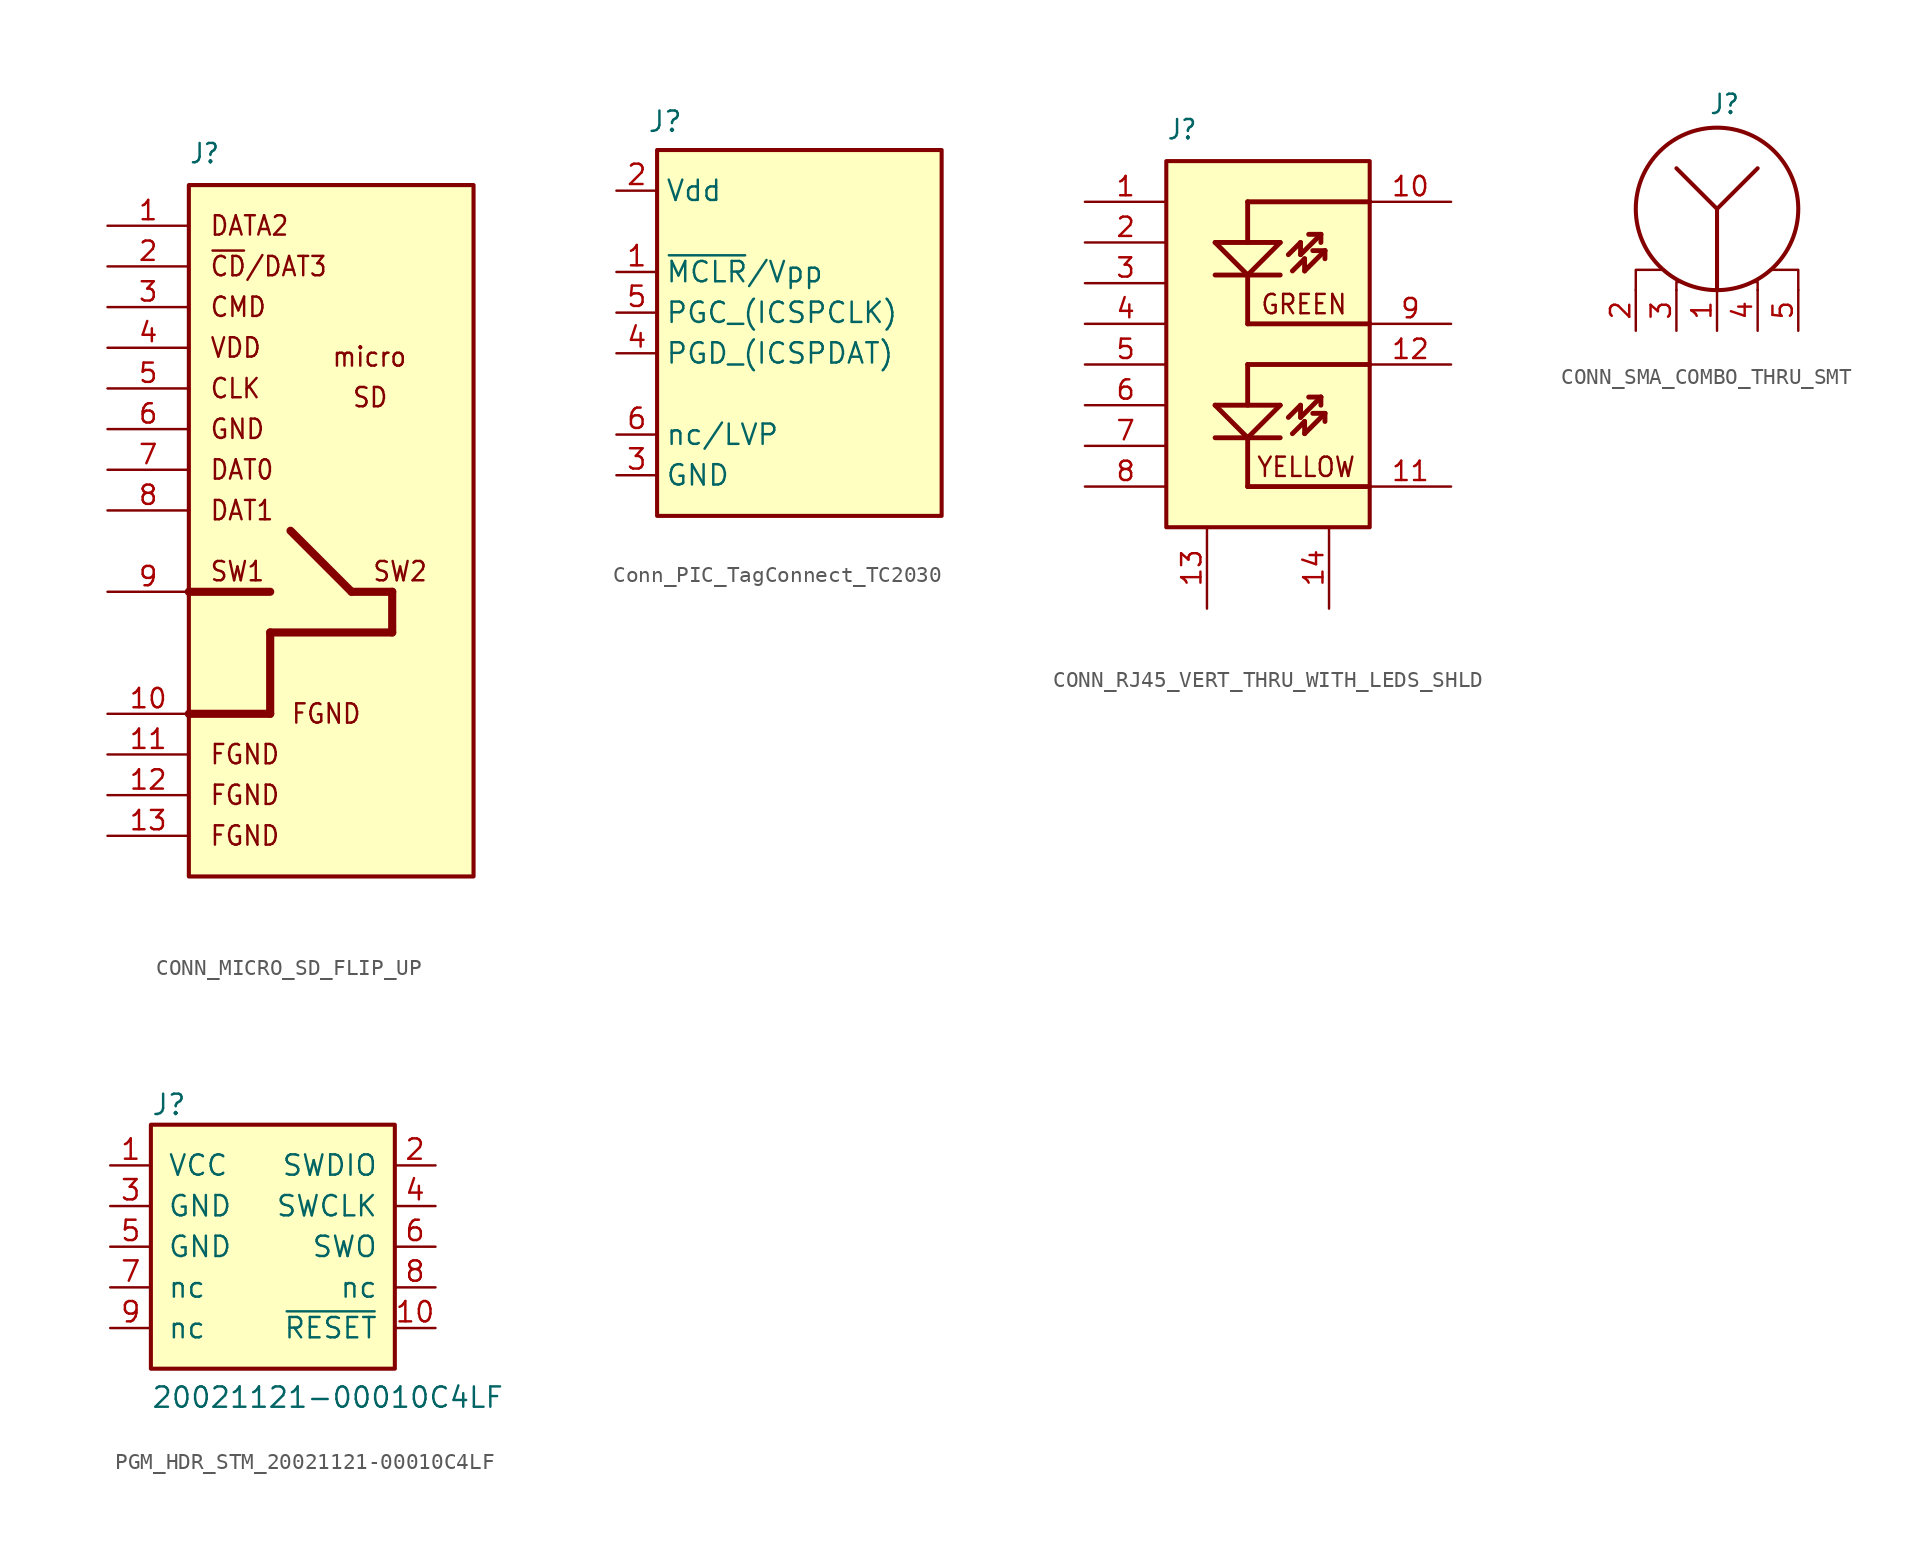
<source format=kicad_sym>
(kicad_symbol_lib
  (version 20231120)
  (generator "kicad_symbol_editor")
  (generator_version "8.0")
  (symbol "CONN_MICRO_SD_FLIP_UP"
    (property "Reference" "J"
      (at 5.08 41.91 0)
      (effects (font (size 1.206 1.092) (thickness 0.152)) (justify left bottom)))
    (symbol "CONN_MICRO_SD_FLIP_UP_1_0"
      (polyline (pts (xy 5.08 15.24) (xy 10.16 15.24)) (stroke (width 0.508) (type solid)) (fill (type none)))
      (polyline (pts (xy 10.16 7.62) (xy 5.08 7.62)) (stroke (width 0.508) (type solid)) (fill (type none)))
      (polyline (pts (xy 10.16 12.7) (xy 10.16 7.62)) (stroke (width 0.508) (type solid)) (fill (type none)))
      (polyline (pts (xy 10.16 12.7) (xy 17.78 12.7)) (stroke (width 0.508) (type solid)) (fill (type none)))
      (polyline (pts (xy 15.24 15.24) (xy 11.43 19.05)) (stroke (width 0.508) (type solid)) (fill (type none)))
      (polyline (pts (xy 17.78 12.7) (xy 17.78 15.24)) (stroke (width 0.508) (type solid)) (fill (type none)))
      (polyline (pts (xy 17.78 15.24) (xy 15.24 15.24)) (stroke (width 0.508) (type solid)) (fill (type none)))
      (polyline (pts (xy 5.08 -2.54) (xy 22.86 -2.54) (xy 22.86 40.64) (xy 5.08 40.64) (xy 5.08 -2.54)) (stroke (width 0.256) (type solid)) (fill (type background)))
      (text "CLK" (at 6.35 27.94 0) (effects (font (size 1.206 1.092) (thickness 0.152)) (justify left)))
      (text "CMD" (at 6.35 33.02 0) (effects (font (size 1.206 1.092) (thickness 0.152)) (justify left)))
      (text "DAT0" (at 6.35 22.86 0) (effects (font (size 1.206 1.092) (thickness 0.152)) (justify left)))
      (text "DAT1" (at 6.35 20.32 0) (effects (font (size 1.206 1.092) (thickness 0.152)) (justify left)))
      (text "DATA2" (at 6.35 38.1 0) (effects (font (size 1.206 1.092) (thickness 0.152)) (justify left)))
      (text "FGND" (at 6.35 0 0) (effects (font (size 1.206 1.092) (thickness 0.152)) (justify left)))
      (text "FGND" (at 6.35 2.54 0) (effects (font (size 1.206 1.092) (thickness 0.152)) (justify left)))
      (text "FGND" (at 6.35 5.08 0) (effects (font (size 1.206 1.092) (thickness 0.152)) (justify left)))
      (text "FGND" (at 11.43 7.62 0) (effects (font (size 1.206 1.092) (thickness 0.152)) (justify left)))
      (text "GND" (at 6.35 25.4 0) (effects (font (size 1.206 1.092) (thickness 0.152)) (justify left)))
      (text "micro" (at 13.97 29.21 0) (effects (font (size 1.206 1.092) (thickness 0.152)) (justify left bottom)))
      (text "SD" (at 15.24 26.67 0) (effects (font (size 1.206 1.092) (thickness 0.152)) (justify left bottom)))
      (text "SW1" (at 6.35 16.51 0) (effects (font (size 1.206 1.092) (thickness 0.152)) (justify left)))
      (text "SW2" (at 16.51 16.51 0) (effects (font (size 1.206 1.092) (thickness 0.152)) (justify left)))
      (text "VDD" (at 6.35 30.48 0) (effects (font (size 1.206 1.092) (thickness 0.152)) (justify left)))
      (text "~{CD}/DAT3" (at 6.35 35.56 0) (effects (font (size 1.206 1.092) (thickness 0.152)) (justify left)))
      (pin passive line (at 0 38.1 0) (length 5.08) (name "" (effects (font (size 1.206 1.206)))) (number "1" (effects (font (size 1.206 1.206)))))
      (pin passive line (at 0 7.62 0) (length 5.08) (name "" (effects (font (size 1.206 1.206)))) (number "10" (effects (font (size 1.206 1.206)))))
      (pin passive line (at 0 5.08 0) (length 5.08) (name "" (effects (font (size 1.206 1.206)))) (number "11" (effects (font (size 1.206 1.206)))))
      (pin passive line (at 0 2.54 0) (length 5.08) (name "" (effects (font (size 1.206 1.206)))) (number "12" (effects (font (size 1.206 1.206)))))
      (pin passive line (at 0 0 0) (length 5.08) (name "" (effects (font (size 1.206 1.206)))) (number "13" (effects (font (size 1.206 1.206)))))
      (pin passive line (at 0 35.56 0) (length 5.08) (name "" (effects (font (size 1.206 1.206)))) (number "2" (effects (font (size 1.206 1.206)))))
      (pin passive line (at 0 33.02 0) (length 5.08) (name "" (effects (font (size 1.206 1.206)))) (number "3" (effects (font (size 1.206 1.206)))))
      (pin passive line (at 0 30.48 0) (length 5.08) (name "" (effects (font (size 1.206 1.206)))) (number "4" (effects (font (size 1.206 1.206)))))
      (pin passive line (at 0 27.94 0) (length 5.08) (name "" (effects (font (size 1.206 1.206)))) (number "5" (effects (font (size 1.206 1.206)))))
      (pin passive line (at 0 25.4 0) (length 5.08) (name "" (effects (font (size 1.206 1.206)))) (number "6" (effects (font (size 1.206 1.206)))))
      (pin passive line (at 0 22.86 0) (length 5.08) (name "" (effects (font (size 1.206 1.206)))) (number "7" (effects (font (size 1.206 1.206)))))
      (pin passive line (at 0 20.32 0) (length 5.08) (name "" (effects (font (size 1.206 1.206)))) (number "8" (effects (font (size 1.206 1.206)))))
      (pin passive line (at 0 15.24 0) (length 5.08) (name "" (effects (font (size 1.206 1.206)))) (number "9" (effects (font (size 1.206 1.206)))))))
  (symbol "Conn_PIC_TagConnect_TC2030"
    (property "Reference" "J"
      (at 3.048 22.098 0)
      (effects (font (size 1.27 1.27))))
    (property "Value" ""
      (at 5.08 8.89 0)
      (effects (font (size 1.27 1.27))))
    (symbol "Conn_PIC_TagConnect_TC2030_0_0"
      (pin passive line (at 0 12.7 0) (length 2.54) (name "~{MCLR}/Vpp" (effects (font (size 1.27 1.27)))) (number "1" (effects (font (size 1.27 1.27)))))
      (pin power_in line (at 0 17.78 0) (length 2.54) (name "Vdd" (effects (font (size 1.27 1.27)))) (number "2" (effects (font (size 1.27 1.27)))) (alternate "TMS" bidirectional line))
      (pin power_in line (at 0 0 0) (length 2.54) (name "GND" (effects (font (size 1.27 1.27)))) (number "3" (effects (font (size 1.27 1.27)))))
      (pin passive line (at 0 7.62 0) (length 2.54) (name "PGD_(ICSPDAT)" (effects (font (size 1.27 1.27)))) (number "4" (effects (font (size 1.27 1.27)))) (alternate "TCK" output line))
      (pin passive line (at 0 10.16 0) (length 2.54) (name "PGC_(ICSPCLK)" (effects (font (size 1.27 1.27)))) (number "5" (effects (font (size 1.27 1.27)))))
      (pin passive line (at 0 2.54 0) (length 2.54) (name "nc/LVP" (effects (font (size 1.27 1.27)))) (number "6" (effects (font (size 1.27 1.27)))) (alternate "TDO" input line)))
    (symbol "Conn_PIC_TagConnect_TC2030_1_1"
      (text_box "" (at 2.54 20.32 0) (size 17.78 -22.86) (stroke (width 0.254) (type default)) (fill (type background)) (effects (font (size 1.27 1.27)) (justify left top)))))
  (symbol "CONN_RJ45_VERT_THRU_WITH_LEDS_SHLD"
    (property "Reference" "J"
      (at 5.08 21.59 0)
      (effects (font (size 1.206 1.092) (thickness 0.152)) (justify left bottom)))
    (symbol "CONN_RJ45_VERT_THRU_WITH_LEDS_SHLD_0_1"
      (rectangle (start 5.08 20.32) (end 17.78 -2.54) (stroke (width 0.254) (type default)) (fill (type background))))
    (symbol "CONN_RJ45_VERT_THRU_WITH_LEDS_SHLD_1_0"
      (polyline (pts (xy 8.128 3.048) (xy 12.192 3.048)) (stroke (width 0.305) (type solid)) (fill (type none)))
      (polyline (pts (xy 8.128 5.08) (xy 10.16 3.048)) (stroke (width 0.305) (type solid)) (fill (type none)))
      (polyline (pts (xy 8.128 13.208) (xy 12.192 13.208)) (stroke (width 0.305) (type solid)) (fill (type none)))
      (polyline (pts (xy 8.128 15.24) (xy 10.16 13.208)) (stroke (width 0.305) (type solid)) (fill (type none)))
      (polyline (pts (xy 10.16 0) (xy 17.78 0)) (stroke (width 0.305) (type solid)) (fill (type none)))
      (polyline (pts (xy 10.16 3.048) (xy 10.16 0)) (stroke (width 0.305) (type solid)) (fill (type none)))
      (polyline (pts (xy 10.16 3.048) (xy 12.192 5.08)) (stroke (width 0.305) (type solid)) (fill (type none)))
      (polyline (pts (xy 10.16 7.62) (xy 10.16 5.08)) (stroke (width 0.305) (type solid)) (fill (type none)))
      (polyline (pts (xy 10.16 10.16) (xy 17.78 10.16)) (stroke (width 0.305) (type solid)) (fill (type none)))
      (polyline (pts (xy 10.16 13.208) (xy 10.16 10.16)) (stroke (width 0.305) (type solid)) (fill (type none)))
      (polyline (pts (xy 10.16 13.208) (xy 12.192 15.24)) (stroke (width 0.305) (type solid)) (fill (type none)))
      (polyline (pts (xy 10.16 17.78) (xy 10.16 15.24)) (stroke (width 0.305) (type solid)) (fill (type none)))
      (polyline (pts (xy 12.192 5.08) (xy 8.128 5.08)) (stroke (width 0.305) (type solid)) (fill (type none)))
      (polyline (pts (xy 12.192 15.24) (xy 8.128 15.24)) (stroke (width 0.305) (type solid)) (fill (type none)))
      (polyline (pts (xy 12.7 4.318) (xy 13.462 5.08)) (stroke (width 0.305) (type solid)) (fill (type none)))
      (polyline (pts (xy 12.7 14.478) (xy 13.462 15.24)) (stroke (width 0.305) (type solid)) (fill (type none)))
      (polyline (pts (xy 12.954 3.302) (xy 13.716 4.064)) (stroke (width 0.305) (type solid)) (fill (type none)))
      (polyline (pts (xy 12.954 13.462) (xy 13.716 14.224)) (stroke (width 0.305) (type solid)) (fill (type none)))
      (polyline (pts (xy 13.462 4.318) (xy 14.732 5.588)) (stroke (width 0.305) (type solid)) (fill (type none)))
      (polyline (pts (xy 13.462 5.08) (xy 13.462 4.318)) (stroke (width 0.305) (type solid)) (fill (type none)))
      (polyline (pts (xy 13.462 14.478) (xy 14.732 15.748)) (stroke (width 0.305) (type solid)) (fill (type none)))
      (polyline (pts (xy 13.462 15.24) (xy 13.462 14.478)) (stroke (width 0.305) (type solid)) (fill (type none)))
      (polyline (pts (xy 13.716 3.302) (xy 14.986 4.572)) (stroke (width 0.305) (type solid)) (fill (type none)))
      (polyline (pts (xy 13.716 4.064) (xy 13.716 3.302)) (stroke (width 0.305) (type solid)) (fill (type none)))
      (polyline (pts (xy 13.716 13.462) (xy 14.986 14.732)) (stroke (width 0.305) (type solid)) (fill (type none)))
      (polyline (pts (xy 13.716 14.224) (xy 13.716 13.462)) (stroke (width 0.305) (type solid)) (fill (type none)))
      (polyline (pts (xy 14.732 5.588) (xy 13.97 5.588)) (stroke (width 0.305) (type solid)) (fill (type none)))
      (polyline (pts (xy 14.732 5.588) (xy 14.732 5.08)) (stroke (width 0.305) (type solid)) (fill (type none)))
      (polyline (pts (xy 14.732 15.748) (xy 13.97 15.748)) (stroke (width 0.305) (type solid)) (fill (type none)))
      (polyline (pts (xy 14.732 15.748) (xy 14.732 15.24)) (stroke (width 0.305) (type solid)) (fill (type none)))
      (polyline (pts (xy 14.986 4.572) (xy 14.224 4.572)) (stroke (width 0.305) (type solid)) (fill (type none)))
      (polyline (pts (xy 14.986 4.572) (xy 14.986 4.064)) (stroke (width 0.305) (type solid)) (fill (type none)))
      (polyline (pts (xy 14.986 14.732) (xy 14.224 14.732)) (stroke (width 0.305) (type solid)) (fill (type none)))
      (polyline (pts (xy 14.986 14.732) (xy 14.986 14.224)) (stroke (width 0.305) (type solid)) (fill (type none)))
      (polyline (pts (xy 17.78 7.62) (xy 10.16 7.62)) (stroke (width 0.305) (type solid)) (fill (type none)))
      (polyline (pts (xy 17.78 17.78) (xy 10.16 17.78)) (stroke (width 0.305) (type solid)) (fill (type none)))
      (text "GREEN" (at 10.922 10.668 0) (effects (font (size 1.206 1.092) (thickness 0.152)) (justify left bottom)))
      (text "YELLOW" (at 10.668 0.508 0) (effects (font (size 1.206 1.092) (thickness 0.152)) (justify left bottom)))
      (pin passive line (at 0 17.78 0) (length 5.08) (name "" (effects (font (size 1.206 1.206)))) (number "1" (effects (font (size 1.206 1.206)))))
      (pin passive line (at 22.86 17.78 180) (length 5.08) (name "" (effects (font (size 1.206 1.206)))) (number "10" (effects (font (size 1.206 1.206)))))
      (pin passive line (at 22.86 0 180) (length 5.08) (name "" (effects (font (size 1.206 1.206)))) (number "11" (effects (font (size 1.206 1.206)))))
      (pin passive line (at 22.86 7.62 180) (length 5.08) (name "" (effects (font (size 1.206 1.206)))) (number "12" (effects (font (size 1.206 1.206)))))
      (pin passive line (at 7.62 -7.62 90) (length 5.08) (name "" (effects (font (size 1.206 1.206)))) (number "13" (effects (font (size 1.206 1.206)))))
      (pin passive line (at 15.24 -7.62 90) (length 5.08) (name "" (effects (font (size 1.206 1.206)))) (number "14" (effects (font (size 1.206 1.206)))))
      (pin passive line (at 0 15.24 0) (length 5.08) (name "" (effects (font (size 1.206 1.206)))) (number "2" (effects (font (size 1.206 1.206)))))
      (pin passive line (at 0 12.7 0) (length 5.08) (name "" (effects (font (size 1.206 1.206)))) (number "3" (effects (font (size 1.206 1.206)))))
      (pin passive line (at 0 10.16 0) (length 5.08) (name "" (effects (font (size 1.206 1.206)))) (number "4" (effects (font (size 1.206 1.206)))))
      (pin passive line (at 0 7.62 0) (length 5.08) (name "" (effects (font (size 1.206 1.206)))) (number "5" (effects (font (size 1.206 1.206)))))
      (pin passive line (at 0 5.08 0) (length 5.08) (name "" (effects (font (size 1.206 1.206)))) (number "6" (effects (font (size 1.206 1.206)))))
      (pin passive line (at 0 2.54 0) (length 5.08) (name "" (effects (font (size 1.206 1.206)))) (number "7" (effects (font (size 1.206 1.206)))))
      (pin passive line (at 0 0 0) (length 5.08) (name "" (effects (font (size 1.206 1.206)))) (number "8" (effects (font (size 1.206 1.206)))))
      (pin passive line (at 22.86 10.16 180) (length 5.08) (name "" (effects (font (size 1.206 1.206)))) (number "9" (effects (font (size 1.206 1.206)))))))
  (symbol "CONN_SMA_COMBO_THRU_SMT"
    (property "Reference" "J"
      (at 4.572 13.462 0)
      (effects (font (size 1.206 1.092) (thickness 0.152)) (justify left bottom)))
    (symbol "CONN_SMA_COMBO_THRU_SMT_0_1"
      (polyline (pts (xy 5.08 7.62) (xy 5.08 2.54)) (stroke (width 0.254) (type default)) (fill (type none)))
      (polyline (pts (xy 0 2.54) (xy 0 3.81) (xy 1.778 3.81)) (stroke (width 0) (type default)) (fill (type none)))
      (polyline (pts (xy 2.54 2.54) (xy 2.54 3.048) (xy 2.794 3.048)) (stroke (width 0) (type default)) (fill (type none)))
      (polyline (pts (xy 7.62 2.54) (xy 7.62 3.048) (xy 7.366 3.048)) (stroke (width 0) (type default)) (fill (type none)))
      (polyline (pts (xy 10.16 2.54) (xy 10.16 3.81) (xy 8.382 3.81)) (stroke (width 0) (type default)) (fill (type none)))
      (circle (center 5.08 7.62) (radius 5.08) (stroke (width 0.254) (type default)) (fill (type none))))
    (symbol "CONN_SMA_COMBO_THRU_SMT_1_0"
      (polyline (pts (xy 2.54 10.16) (xy 5.08 7.62)) (stroke (width 0.254) (type solid)) (fill (type none)))
      (polyline (pts (xy 5.08 7.62) (xy 7.62 10.16)) (stroke (width 0.254) (type solid)) (fill (type none)))
      (pin passive line (at 5.08 0 90) (length 2.56) (name "" (effects (font (size 1.206 1.206)))) (number "1" (effects (font (size 1.206 1.206)))))
      (pin passive line (at 0 0 90) (length 2.56) (name "" (effects (font (size 1.206 1.206)))) (number "2" (effects (font (size 1.206 1.206)))))
      (pin passive line (at 2.54 0 90) (length 2.56) (name "" (effects (font (size 1.206 1.206)))) (number "3" (effects (font (size 1.206 1.206)))))
      (pin passive line (at 7.62 0 90) (length 2.56) (name "" (effects (font (size 1.206 1.206)))) (number "4" (effects (font (size 1.206 1.206)))))
      (pin passive line (at 10.16 0 90) (length 2.56) (name "" (effects (font (size 1.206 1.206)))) (number "5" (effects (font (size 1.206 1.206)))))))
  (symbol "PGM_HDR_STM_20021121-00010C4LF"
    (pin_names
      (offset 1.016))
    (property "Reference" "J"
      (at 2.54 13.208 0)
      (effects (font (size 1.27 1.27)) (justify left bottom)))
    (property "Value" "20021121-00010C4LF"
      (at 2.54 -5.08 0)
      (effects (font (size 1.27 1.27)) (justify left bottom)))
    (symbol "PGM_HDR_STM_20021121-00010C4LF_0_0"
      (rectangle (start 2.54 12.7) (end 17.78 -2.54) (stroke (width 0.254) (type default)) (fill (type background))))
    (symbol "PGM_HDR_STM_20021121-00010C4LF_1_0"
      (pin passive line (at 0 10.16 0) (length 2.56) (name "VCC" (effects (font (size 1.27 1.27)))) (number "1" (effects (font (size 1.27 1.27)))))
      (pin passive line (at 20.32 0 180) (length 2.56) (name "~{RESET}" (effects (font (size 1.27 1.27)))) (number "10" (effects (font (size 1.27 1.27)))))
      (pin passive line (at 20.32 10.16 180) (length 2.56) (name "SWDIO" (effects (font (size 1.27 1.27)))) (number "2" (effects (font (size 1.27 1.27)))))
      (pin passive line (at 0 7.62 0) (length 2.56) (name "GND" (effects (font (size 1.27 1.27)))) (number "3" (effects (font (size 1.27 1.27)))))
      (pin passive line (at 20.32 7.62 180) (length 2.56) (name "SWCLK" (effects (font (size 1.27 1.27)))) (number "4" (effects (font (size 1.27 1.27)))))
      (pin passive line (at 0 5.08 0) (length 2.56) (name "GND" (effects (font (size 1.27 1.27)))) (number "5" (effects (font (size 1.27 1.27)))))
      (pin passive line (at 20.32 5.08 180) (length 2.56) (name "SWO" (effects (font (size 1.27 1.27)))) (number "6" (effects (font (size 1.27 1.27)))))
      (pin passive line (at 0 2.54 0) (length 2.56) (name "nc" (effects (font (size 1.27 1.27)))) (number "7" (effects (font (size 1.27 1.27)))))
      (pin passive line (at 20.32 2.54 180) (length 2.56) (name "nc" (effects (font (size 1.27 1.27)))) (number "8" (effects (font (size 1.27 1.27)))))
      (pin passive line (at 0 0 0) (length 2.56) (name "nc" (effects (font (size 1.27 1.27)))) (number "9" (effects (font (size 1.27 1.27))))))))
</source>
